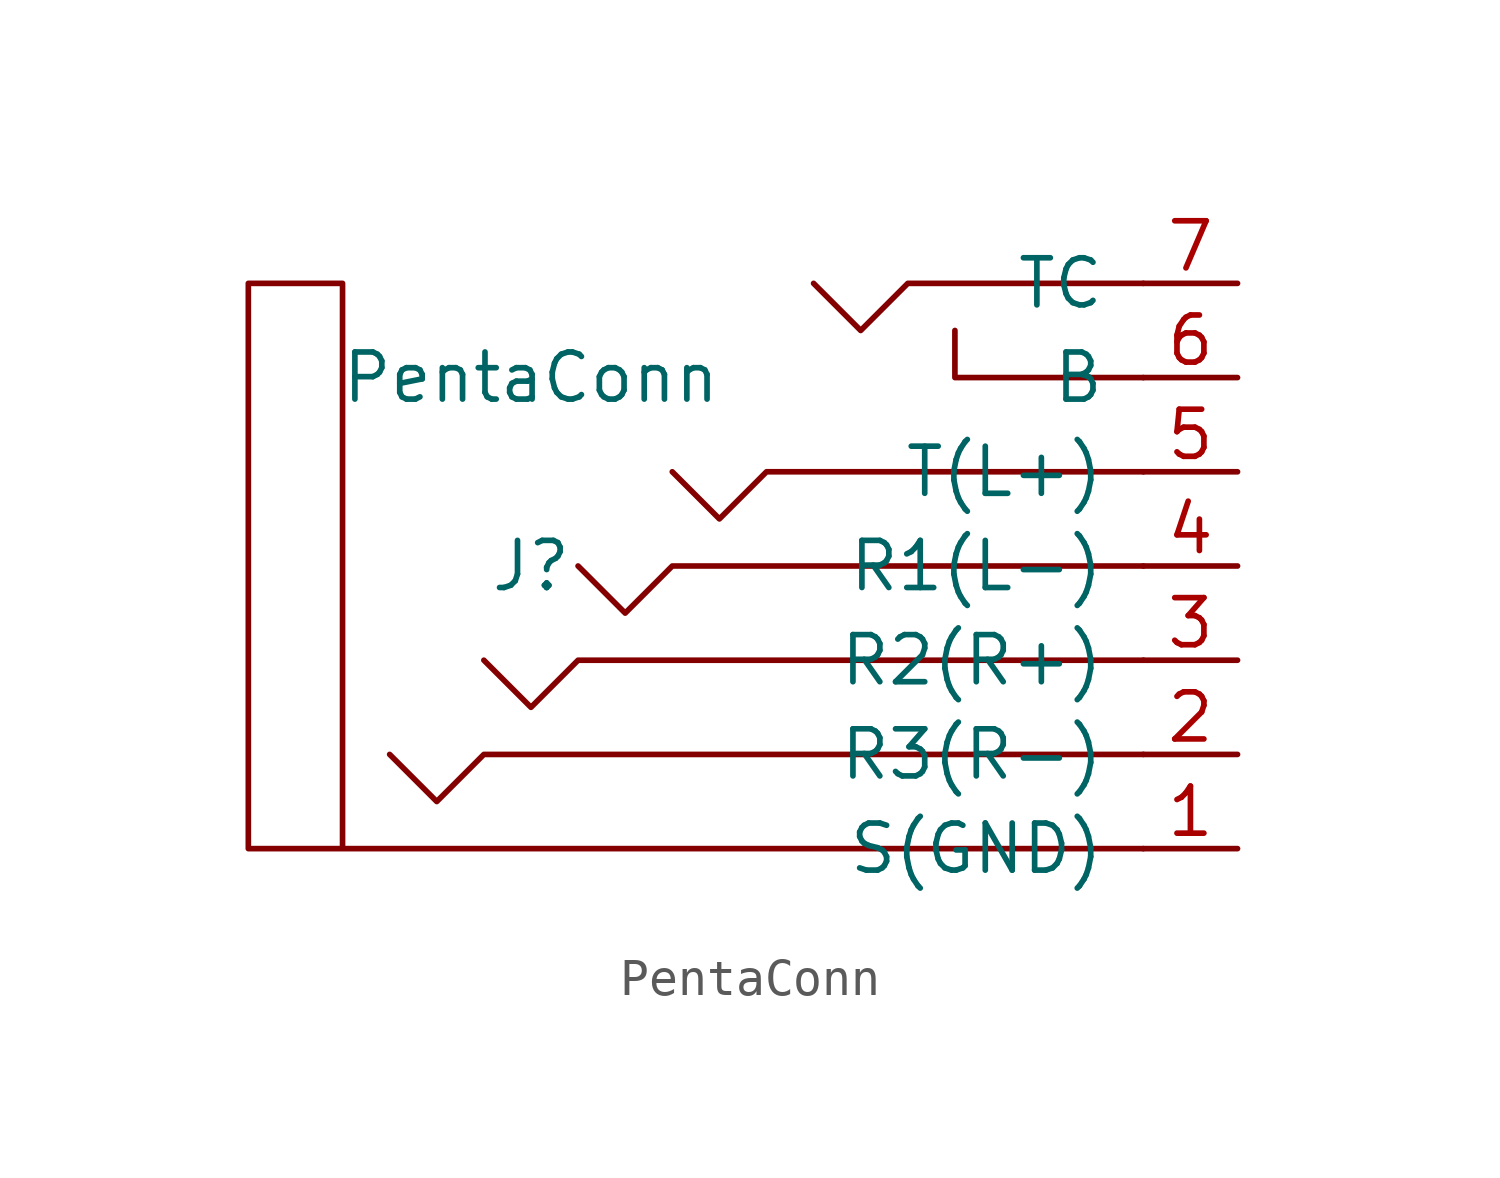
<source format=kicad_sym>
(kicad_symbol_lib
  (version 20211014)
  (generator kicad_symbol_editor)
  (symbol "PentaConn"
    (pin_names
      (offset 1.016))
    (property "Reference" "J"
      (at 0 0 0)
      (effects (font (size 1.27 1.27))))
    (property "Value" "PentaConn"
      (at 0 5.08 0)
      (effects (font (size 1.27 1.27))))
    (symbol "PentaConn_0_1"
      (polyline (pts (xy 16.51 5.08) (xy 11.43 5.08) (xy 11.43 6.35)) (stroke (width 0) (type default) (color 0 0 0 0)) (fill (type none)))
      (polyline (pts (xy 16.51 -5.08) (xy -1.27 -5.08) (xy -2.54 -6.35) (xy -3.81 -5.08)) (stroke (width 0) (type default) (color 0 0 0 0)) (fill (type none)))
      (polyline (pts (xy 16.51 -2.54) (xy 1.27 -2.54) (xy 0 -3.81) (xy -1.27 -2.54)) (stroke (width 0) (type default) (color 0 0 0 0)) (fill (type none)))
      (polyline (pts (xy 16.51 0) (xy 3.81 0) (xy 2.54 -1.27) (xy 1.27 0)) (stroke (width 0) (type default) (color 0 0 0 0)) (fill (type none)))
      (polyline (pts (xy 16.51 2.54) (xy 6.35 2.54) (xy 5.08 1.27) (xy 3.81 2.54)) (stroke (width 0) (type default) (color 0 0 0 0)) (fill (type none)))
      (polyline (pts (xy 16.51 7.62) (xy 10.16 7.62) (xy 8.89 6.35) (xy 7.62 7.62)) (stroke (width 0) (type default) (color 0 0 0 0)) (fill (type none)))
      (polyline (pts (xy 16.51 -7.62) (xy -7.62 -7.62) (xy -7.62 7.62) (xy -5.08 7.62) (xy -5.08 -7.62)) (stroke (width 0) (type default) (color 0 0 0 0)) (fill (type none))))
    (symbol "PentaConn_1_1"
      (pin input line (at 19.05 -7.62 180) (length 2.54) (name "S(GND)" (effects (font (size 1.27 1.27)))) (number "1" (effects (font (size 1.27 1.27)))))
      (pin input line (at 19.05 -5.08 180) (length 2.54) (name "R3(R-)" (effects (font (size 1.27 1.27)))) (number "2" (effects (font (size 1.27 1.27)))))
      (pin input line (at 19.05 -2.54 180) (length 2.54) (name "R2(R+)" (effects (font (size 1.27 1.27)))) (number "3" (effects (font (size 1.27 1.27)))))
      (pin input line (at 19.05 0 180) (length 2.54) (name "R1(L-)" (effects (font (size 1.27 1.27)))) (number "4" (effects (font (size 1.27 1.27)))))
      (pin input line (at 19.05 2.54 180) (length 2.54) (name "T(L+)" (effects (font (size 1.27 1.27)))) (number "5" (effects (font (size 1.27 1.27)))))
      (pin input line (at 19.05 5.08 180) (length 2.54) (name "B" (effects (font (size 1.27 1.27)))) (number "6" (effects (font (size 1.27 1.27)))))
      (pin input line (at 19.05 7.62 180) (length 2.54) (name "TC" (effects (font (size 1.27 1.27)))) (number "7" (effects (font (size 1.27 1.27))))))))
</source>
